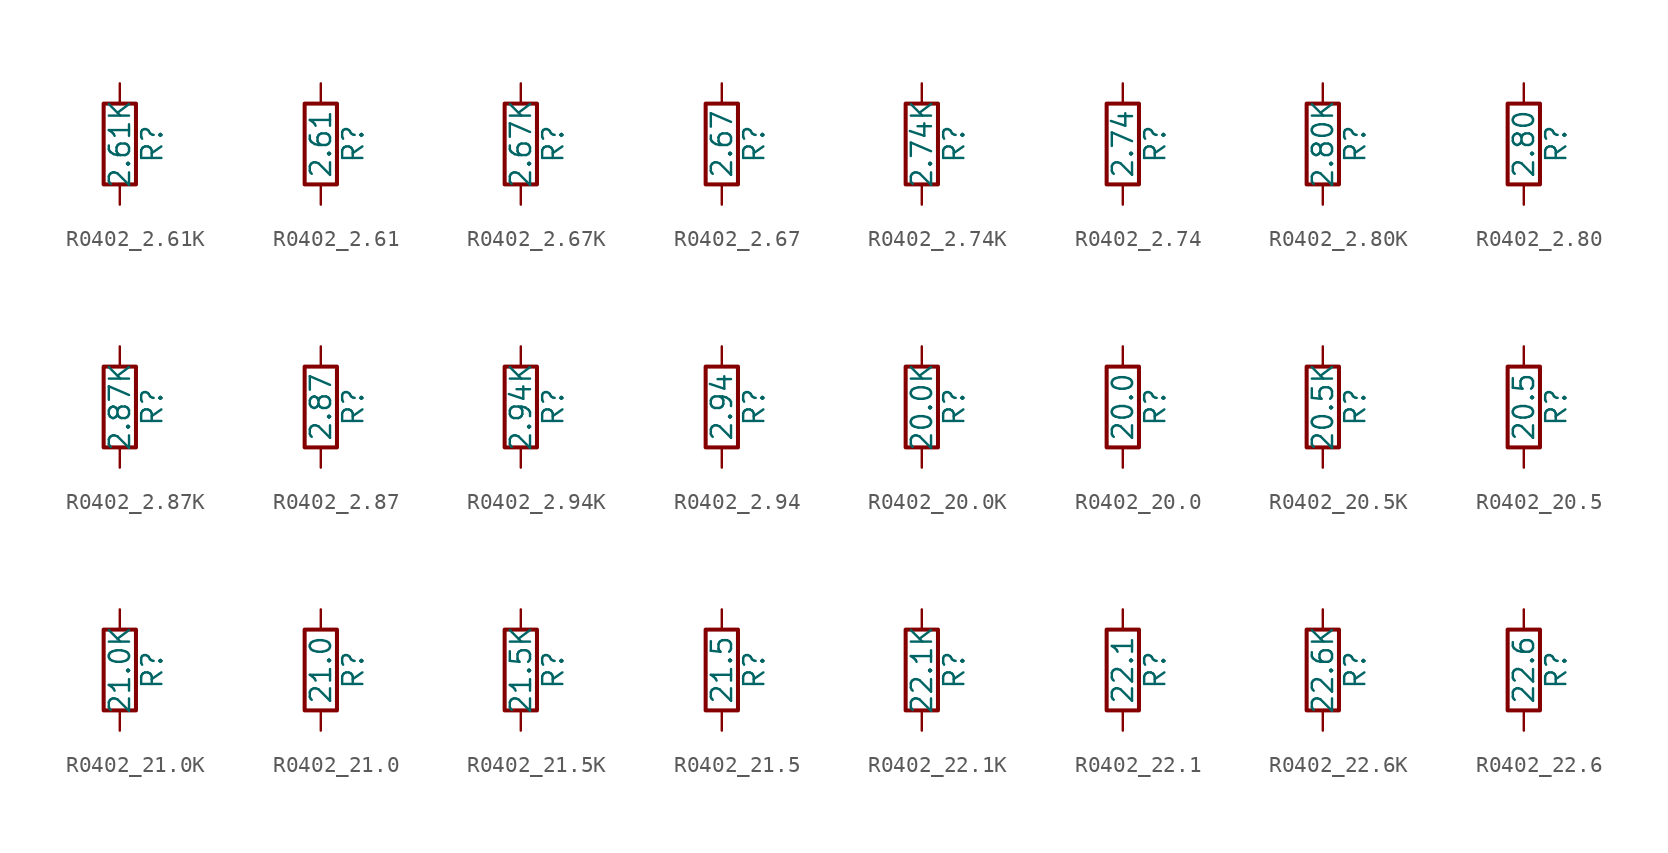
<source format=kicad_sym>
(kicad_symbol_lib
  (version 20211014)
  (generator atlantix-eda)
  (symbol "R0402_2.61K"
    (pin_numbers hide)
    (pin_names
      (offset 0))
    (property "Reference" "R"
      (at 2.032 0 90)
      (effects (font (size 1.27 1.27))))
    (property "Value" "2.61K"
      (at 0 0 90)
      (effects (font (size 1.27 1.27))))
    (symbol "R0402_2.61K_0_1"
      (rectangle (start -1.016 -2.54) (end 1.016 2.54) (stroke (width 0.254) (type default) (color 0 0 0 0)) (fill (type none))))
    (symbol "R0402_2.61K_1_1"
      (pin passive line (at 0 3.81 270) (length 1.27) (name "~" (effects (font (size 1.27 1.27)))) (number "1" (effects (font (size 1.27 1.27)))))
      (pin passive line (at 0 -3.81 90) (length 1.27) (name "~" (effects (font (size 1.27 1.27)))) (number "2" (effects (font (size 1.27 1.27)))))))
  (symbol "R0402_2.61"
    (pin_numbers hide)
    (pin_names
      (offset 0))
    (property "Reference" "R"
      (at 2.032 0 90)
      (effects (font (size 1.27 1.27))))
    (property "Value" "2.61"
      (at 0 0 90)
      (effects (font (size 1.27 1.27))))
    (symbol "R0402_2.61_0_1"
      (rectangle (start -1.016 -2.54) (end 1.016 2.54) (stroke (width 0.254) (type default) (color 0 0 0 0)) (fill (type none))))
    (symbol "R0402_2.61_1_1"
      (pin passive line (at 0 3.81 270) (length 1.27) (name "~" (effects (font (size 1.27 1.27)))) (number "1" (effects (font (size 1.27 1.27)))))
      (pin passive line (at 0 -3.81 90) (length 1.27) (name "~" (effects (font (size 1.27 1.27)))) (number "2" (effects (font (size 1.27 1.27)))))))
  (symbol "R0402_2.67K"
    (pin_numbers hide)
    (pin_names
      (offset 0))
    (property "Reference" "R"
      (at 2.032 0 90)
      (effects (font (size 1.27 1.27))))
    (property "Value" "2.67K"
      (at 0 0 90)
      (effects (font (size 1.27 1.27))))
    (symbol "R0402_2.67K_0_1"
      (rectangle (start -1.016 -2.54) (end 1.016 2.54) (stroke (width 0.254) (type default) (color 0 0 0 0)) (fill (type none))))
    (symbol "R0402_2.67K_1_1"
      (pin passive line (at 0 3.81 270) (length 1.27) (name "~" (effects (font (size 1.27 1.27)))) (number "1" (effects (font (size 1.27 1.27)))))
      (pin passive line (at 0 -3.81 90) (length 1.27) (name "~" (effects (font (size 1.27 1.27)))) (number "2" (effects (font (size 1.27 1.27)))))))
  (symbol "R0402_2.67"
    (pin_numbers hide)
    (pin_names
      (offset 0))
    (property "Reference" "R"
      (at 2.032 0 90)
      (effects (font (size 1.27 1.27))))
    (property "Value" "2.67"
      (at 0 0 90)
      (effects (font (size 1.27 1.27))))
    (symbol "R0402_2.67_0_1"
      (rectangle (start -1.016 -2.54) (end 1.016 2.54) (stroke (width 0.254) (type default) (color 0 0 0 0)) (fill (type none))))
    (symbol "R0402_2.67_1_1"
      (pin passive line (at 0 3.81 270) (length 1.27) (name "~" (effects (font (size 1.27 1.27)))) (number "1" (effects (font (size 1.27 1.27)))))
      (pin passive line (at 0 -3.81 90) (length 1.27) (name "~" (effects (font (size 1.27 1.27)))) (number "2" (effects (font (size 1.27 1.27)))))))
  (symbol "R0402_2.74K"
    (pin_numbers hide)
    (pin_names
      (offset 0))
    (property "Reference" "R"
      (at 2.032 0 90)
      (effects (font (size 1.27 1.27))))
    (property "Value" "2.74K"
      (at 0 0 90)
      (effects (font (size 1.27 1.27))))
    (symbol "R0402_2.74K_0_1"
      (rectangle (start -1.016 -2.54) (end 1.016 2.54) (stroke (width 0.254) (type default) (color 0 0 0 0)) (fill (type none))))
    (symbol "R0402_2.74K_1_1"
      (pin passive line (at 0 3.81 270) (length 1.27) (name "~" (effects (font (size 1.27 1.27)))) (number "1" (effects (font (size 1.27 1.27)))))
      (pin passive line (at 0 -3.81 90) (length 1.27) (name "~" (effects (font (size 1.27 1.27)))) (number "2" (effects (font (size 1.27 1.27)))))))
  (symbol "R0402_2.74"
    (pin_numbers hide)
    (pin_names
      (offset 0))
    (property "Reference" "R"
      (at 2.032 0 90)
      (effects (font (size 1.27 1.27))))
    (property "Value" "2.74"
      (at 0 0 90)
      (effects (font (size 1.27 1.27))))
    (symbol "R0402_2.74_0_1"
      (rectangle (start -1.016 -2.54) (end 1.016 2.54) (stroke (width 0.254) (type default) (color 0 0 0 0)) (fill (type none))))
    (symbol "R0402_2.74_1_1"
      (pin passive line (at 0 3.81 270) (length 1.27) (name "~" (effects (font (size 1.27 1.27)))) (number "1" (effects (font (size 1.27 1.27)))))
      (pin passive line (at 0 -3.81 90) (length 1.27) (name "~" (effects (font (size 1.27 1.27)))) (number "2" (effects (font (size 1.27 1.27)))))))
  (symbol "R0402_2.80K"
    (pin_numbers hide)
    (pin_names
      (offset 0))
    (property "Reference" "R"
      (at 2.032 0 90)
      (effects (font (size 1.27 1.27))))
    (property "Value" "2.80K"
      (at 0 0 90)
      (effects (font (size 1.27 1.27))))
    (symbol "R0402_2.80K_0_1"
      (rectangle (start -1.016 -2.54) (end 1.016 2.54) (stroke (width 0.254) (type default) (color 0 0 0 0)) (fill (type none))))
    (symbol "R0402_2.80K_1_1"
      (pin passive line (at 0 3.81 270) (length 1.27) (name "~" (effects (font (size 1.27 1.27)))) (number "1" (effects (font (size 1.27 1.27)))))
      (pin passive line (at 0 -3.81 90) (length 1.27) (name "~" (effects (font (size 1.27 1.27)))) (number "2" (effects (font (size 1.27 1.27)))))))
  (symbol "R0402_2.80"
    (pin_numbers hide)
    (pin_names
      (offset 0))
    (property "Reference" "R"
      (at 2.032 0 90)
      (effects (font (size 1.27 1.27))))
    (property "Value" "2.80"
      (at 0 0 90)
      (effects (font (size 1.27 1.27))))
    (symbol "R0402_2.80_0_1"
      (rectangle (start -1.016 -2.54) (end 1.016 2.54) (stroke (width 0.254) (type default) (color 0 0 0 0)) (fill (type none))))
    (symbol "R0402_2.80_1_1"
      (pin passive line (at 0 3.81 270) (length 1.27) (name "~" (effects (font (size 1.27 1.27)))) (number "1" (effects (font (size 1.27 1.27)))))
      (pin passive line (at 0 -3.81 90) (length 1.27) (name "~" (effects (font (size 1.27 1.27)))) (number "2" (effects (font (size 1.27 1.27)))))))
  (symbol "R0402_2.87K"
    (pin_numbers hide)
    (pin_names
      (offset 0))
    (property "Reference" "R"
      (at 2.032 0 90)
      (effects (font (size 1.27 1.27))))
    (property "Value" "2.87K"
      (at 0 0 90)
      (effects (font (size 1.27 1.27))))
    (symbol "R0402_2.87K_0_1"
      (rectangle (start -1.016 -2.54) (end 1.016 2.54) (stroke (width 0.254) (type default) (color 0 0 0 0)) (fill (type none))))
    (symbol "R0402_2.87K_1_1"
      (pin passive line (at 0 3.81 270) (length 1.27) (name "~" (effects (font (size 1.27 1.27)))) (number "1" (effects (font (size 1.27 1.27)))))
      (pin passive line (at 0 -3.81 90) (length 1.27) (name "~" (effects (font (size 1.27 1.27)))) (number "2" (effects (font (size 1.27 1.27)))))))
  (symbol "R0402_2.87"
    (pin_numbers hide)
    (pin_names
      (offset 0))
    (property "Reference" "R"
      (at 2.032 0 90)
      (effects (font (size 1.27 1.27))))
    (property "Value" "2.87"
      (at 0 0 90)
      (effects (font (size 1.27 1.27))))
    (symbol "R0402_2.87_0_1"
      (rectangle (start -1.016 -2.54) (end 1.016 2.54) (stroke (width 0.254) (type default) (color 0 0 0 0)) (fill (type none))))
    (symbol "R0402_2.87_1_1"
      (pin passive line (at 0 3.81 270) (length 1.27) (name "~" (effects (font (size 1.27 1.27)))) (number "1" (effects (font (size 1.27 1.27)))))
      (pin passive line (at 0 -3.81 90) (length 1.27) (name "~" (effects (font (size 1.27 1.27)))) (number "2" (effects (font (size 1.27 1.27)))))))
  (symbol "R0402_2.94K"
    (pin_numbers hide)
    (pin_names
      (offset 0))
    (property "Reference" "R"
      (at 2.032 0 90)
      (effects (font (size 1.27 1.27))))
    (property "Value" "2.94K"
      (at 0 0 90)
      (effects (font (size 1.27 1.27))))
    (symbol "R0402_2.94K_0_1"
      (rectangle (start -1.016 -2.54) (end 1.016 2.54) (stroke (width 0.254) (type default) (color 0 0 0 0)) (fill (type none))))
    (symbol "R0402_2.94K_1_1"
      (pin passive line (at 0 3.81 270) (length 1.27) (name "~" (effects (font (size 1.27 1.27)))) (number "1" (effects (font (size 1.27 1.27)))))
      (pin passive line (at 0 -3.81 90) (length 1.27) (name "~" (effects (font (size 1.27 1.27)))) (number "2" (effects (font (size 1.27 1.27)))))))
  (symbol "R0402_2.94"
    (pin_numbers hide)
    (pin_names
      (offset 0))
    (property "Reference" "R"
      (at 2.032 0 90)
      (effects (font (size 1.27 1.27))))
    (property "Value" "2.94"
      (at 0 0 90)
      (effects (font (size 1.27 1.27))))
    (symbol "R0402_2.94_0_1"
      (rectangle (start -1.016 -2.54) (end 1.016 2.54) (stroke (width 0.254) (type default) (color 0 0 0 0)) (fill (type none))))
    (symbol "R0402_2.94_1_1"
      (pin passive line (at 0 3.81 270) (length 1.27) (name "~" (effects (font (size 1.27 1.27)))) (number "1" (effects (font (size 1.27 1.27)))))
      (pin passive line (at 0 -3.81 90) (length 1.27) (name "~" (effects (font (size 1.27 1.27)))) (number "2" (effects (font (size 1.27 1.27)))))))
  (symbol "R0402_20.0K"
    (pin_numbers hide)
    (pin_names
      (offset 0))
    (property "Reference" "R"
      (at 2.032 0 90)
      (effects (font (size 1.27 1.27))))
    (property "Value" "20.0K"
      (at 0 0 90)
      (effects (font (size 1.27 1.27))))
    (symbol "R0402_20.0K_0_1"
      (rectangle (start -1.016 -2.54) (end 1.016 2.54) (stroke (width 0.254) (type default) (color 0 0 0 0)) (fill (type none))))
    (symbol "R0402_20.0K_1_1"
      (pin passive line (at 0 3.81 270) (length 1.27) (name "~" (effects (font (size 1.27 1.27)))) (number "1" (effects (font (size 1.27 1.27)))))
      (pin passive line (at 0 -3.81 90) (length 1.27) (name "~" (effects (font (size 1.27 1.27)))) (number "2" (effects (font (size 1.27 1.27)))))))
  (symbol "R0402_20.0"
    (pin_numbers hide)
    (pin_names
      (offset 0))
    (property "Reference" "R"
      (at 2.032 0 90)
      (effects (font (size 1.27 1.27))))
    (property "Value" "20.0"
      (at 0 0 90)
      (effects (font (size 1.27 1.27))))
    (symbol "R0402_20.0_0_1"
      (rectangle (start -1.016 -2.54) (end 1.016 2.54) (stroke (width 0.254) (type default) (color 0 0 0 0)) (fill (type none))))
    (symbol "R0402_20.0_1_1"
      (pin passive line (at 0 3.81 270) (length 1.27) (name "~" (effects (font (size 1.27 1.27)))) (number "1" (effects (font (size 1.27 1.27)))))
      (pin passive line (at 0 -3.81 90) (length 1.27) (name "~" (effects (font (size 1.27 1.27)))) (number "2" (effects (font (size 1.27 1.27)))))))
  (symbol "R0402_20.5K"
    (pin_numbers hide)
    (pin_names
      (offset 0))
    (property "Reference" "R"
      (at 2.032 0 90)
      (effects (font (size 1.27 1.27))))
    (property "Value" "20.5K"
      (at 0 0 90)
      (effects (font (size 1.27 1.27))))
    (symbol "R0402_20.5K_0_1"
      (rectangle (start -1.016 -2.54) (end 1.016 2.54) (stroke (width 0.254) (type default) (color 0 0 0 0)) (fill (type none))))
    (symbol "R0402_20.5K_1_1"
      (pin passive line (at 0 3.81 270) (length 1.27) (name "~" (effects (font (size 1.27 1.27)))) (number "1" (effects (font (size 1.27 1.27)))))
      (pin passive line (at 0 -3.81 90) (length 1.27) (name "~" (effects (font (size 1.27 1.27)))) (number "2" (effects (font (size 1.27 1.27)))))))
  (symbol "R0402_20.5"
    (pin_numbers hide)
    (pin_names
      (offset 0))
    (property "Reference" "R"
      (at 2.032 0 90)
      (effects (font (size 1.27 1.27))))
    (property "Value" "20.5"
      (at 0 0 90)
      (effects (font (size 1.27 1.27))))
    (symbol "R0402_20.5_0_1"
      (rectangle (start -1.016 -2.54) (end 1.016 2.54) (stroke (width 0.254) (type default) (color 0 0 0 0)) (fill (type none))))
    (symbol "R0402_20.5_1_1"
      (pin passive line (at 0 3.81 270) (length 1.27) (name "~" (effects (font (size 1.27 1.27)))) (number "1" (effects (font (size 1.27 1.27)))))
      (pin passive line (at 0 -3.81 90) (length 1.27) (name "~" (effects (font (size 1.27 1.27)))) (number "2" (effects (font (size 1.27 1.27)))))))
  (symbol "R0402_21.0K"
    (pin_numbers hide)
    (pin_names
      (offset 0))
    (property "Reference" "R"
      (at 2.032 0 90)
      (effects (font (size 1.27 1.27))))
    (property "Value" "21.0K"
      (at 0 0 90)
      (effects (font (size 1.27 1.27))))
    (symbol "R0402_21.0K_0_1"
      (rectangle (start -1.016 -2.54) (end 1.016 2.54) (stroke (width 0.254) (type default) (color 0 0 0 0)) (fill (type none))))
    (symbol "R0402_21.0K_1_1"
      (pin passive line (at 0 3.81 270) (length 1.27) (name "~" (effects (font (size 1.27 1.27)))) (number "1" (effects (font (size 1.27 1.27)))))
      (pin passive line (at 0 -3.81 90) (length 1.27) (name "~" (effects (font (size 1.27 1.27)))) (number "2" (effects (font (size 1.27 1.27)))))))
  (symbol "R0402_21.0"
    (pin_numbers hide)
    (pin_names
      (offset 0))
    (property "Reference" "R"
      (at 2.032 0 90)
      (effects (font (size 1.27 1.27))))
    (property "Value" "21.0"
      (at 0 0 90)
      (effects (font (size 1.27 1.27))))
    (symbol "R0402_21.0_0_1"
      (rectangle (start -1.016 -2.54) (end 1.016 2.54) (stroke (width 0.254) (type default) (color 0 0 0 0)) (fill (type none))))
    (symbol "R0402_21.0_1_1"
      (pin passive line (at 0 3.81 270) (length 1.27) (name "~" (effects (font (size 1.27 1.27)))) (number "1" (effects (font (size 1.27 1.27)))))
      (pin passive line (at 0 -3.81 90) (length 1.27) (name "~" (effects (font (size 1.27 1.27)))) (number "2" (effects (font (size 1.27 1.27)))))))
  (symbol "R0402_21.5K"
    (pin_numbers hide)
    (pin_names
      (offset 0))
    (property "Reference" "R"
      (at 2.032 0 90)
      (effects (font (size 1.27 1.27))))
    (property "Value" "21.5K"
      (at 0 0 90)
      (effects (font (size 1.27 1.27))))
    (symbol "R0402_21.5K_0_1"
      (rectangle (start -1.016 -2.54) (end 1.016 2.54) (stroke (width 0.254) (type default) (color 0 0 0 0)) (fill (type none))))
    (symbol "R0402_21.5K_1_1"
      (pin passive line (at 0 3.81 270) (length 1.27) (name "~" (effects (font (size 1.27 1.27)))) (number "1" (effects (font (size 1.27 1.27)))))
      (pin passive line (at 0 -3.81 90) (length 1.27) (name "~" (effects (font (size 1.27 1.27)))) (number "2" (effects (font (size 1.27 1.27)))))))
  (symbol "R0402_21.5"
    (pin_numbers hide)
    (pin_names
      (offset 0))
    (property "Reference" "R"
      (at 2.032 0 90)
      (effects (font (size 1.27 1.27))))
    (property "Value" "21.5"
      (at 0 0 90)
      (effects (font (size 1.27 1.27))))
    (symbol "R0402_21.5_0_1"
      (rectangle (start -1.016 -2.54) (end 1.016 2.54) (stroke (width 0.254) (type default) (color 0 0 0 0)) (fill (type none))))
    (symbol "R0402_21.5_1_1"
      (pin passive line (at 0 3.81 270) (length 1.27) (name "~" (effects (font (size 1.27 1.27)))) (number "1" (effects (font (size 1.27 1.27)))))
      (pin passive line (at 0 -3.81 90) (length 1.27) (name "~" (effects (font (size 1.27 1.27)))) (number "2" (effects (font (size 1.27 1.27)))))))
  (symbol "R0402_22.1K"
    (pin_numbers hide)
    (pin_names
      (offset 0))
    (property "Reference" "R"
      (at 2.032 0 90)
      (effects (font (size 1.27 1.27))))
    (property "Value" "22.1K"
      (at 0 0 90)
      (effects (font (size 1.27 1.27))))
    (symbol "R0402_22.1K_0_1"
      (rectangle (start -1.016 -2.54) (end 1.016 2.54) (stroke (width 0.254) (type default) (color 0 0 0 0)) (fill (type none))))
    (symbol "R0402_22.1K_1_1"
      (pin passive line (at 0 3.81 270) (length 1.27) (name "~" (effects (font (size 1.27 1.27)))) (number "1" (effects (font (size 1.27 1.27)))))
      (pin passive line (at 0 -3.81 90) (length 1.27) (name "~" (effects (font (size 1.27 1.27)))) (number "2" (effects (font (size 1.27 1.27)))))))
  (symbol "R0402_22.1"
    (pin_numbers hide)
    (pin_names
      (offset 0))
    (property "Reference" "R"
      (at 2.032 0 90)
      (effects (font (size 1.27 1.27))))
    (property "Value" "22.1"
      (at 0 0 90)
      (effects (font (size 1.27 1.27))))
    (symbol "R0402_22.1_0_1"
      (rectangle (start -1.016 -2.54) (end 1.016 2.54) (stroke (width 0.254) (type default) (color 0 0 0 0)) (fill (type none))))
    (symbol "R0402_22.1_1_1"
      (pin passive line (at 0 3.81 270) (length 1.27) (name "~" (effects (font (size 1.27 1.27)))) (number "1" (effects (font (size 1.27 1.27)))))
      (pin passive line (at 0 -3.81 90) (length 1.27) (name "~" (effects (font (size 1.27 1.27)))) (number "2" (effects (font (size 1.27 1.27)))))))
  (symbol "R0402_22.6K"
    (pin_numbers hide)
    (pin_names
      (offset 0))
    (property "Reference" "R"
      (at 2.032 0 90)
      (effects (font (size 1.27 1.27))))
    (property "Value" "22.6K"
      (at 0 0 90)
      (effects (font (size 1.27 1.27))))
    (symbol "R0402_22.6K_0_1"
      (rectangle (start -1.016 -2.54) (end 1.016 2.54) (stroke (width 0.254) (type default) (color 0 0 0 0)) (fill (type none))))
    (symbol "R0402_22.6K_1_1"
      (pin passive line (at 0 3.81 270) (length 1.27) (name "~" (effects (font (size 1.27 1.27)))) (number "1" (effects (font (size 1.27 1.27)))))
      (pin passive line (at 0 -3.81 90) (length 1.27) (name "~" (effects (font (size 1.27 1.27)))) (number "2" (effects (font (size 1.27 1.27)))))))
  (symbol "R0402_22.6"
    (pin_numbers hide)
    (pin_names
      (offset 0))
    (property "Reference" "R"
      (at 2.032 0 90)
      (effects (font (size 1.27 1.27))))
    (property "Value" "22.6"
      (at 0 0 90)
      (effects (font (size 1.27 1.27))))
    (symbol "R0402_22.6_0_1"
      (rectangle (start -1.016 -2.54) (end 1.016 2.54) (stroke (width 0.254) (type default) (color 0 0 0 0)) (fill (type none))))
    (symbol "R0402_22.6_1_1"
      (pin passive line (at 0 3.81 270) (length 1.27) (name "~" (effects (font (size 1.27 1.27)))) (number "1" (effects (font (size 1.27 1.27)))))
      (pin passive line (at 0 -3.81 90) (length 1.27) (name "~" (effects (font (size 1.27 1.27)))) (number "2" (effects (font (size 1.27 1.27))))))))
</source>
